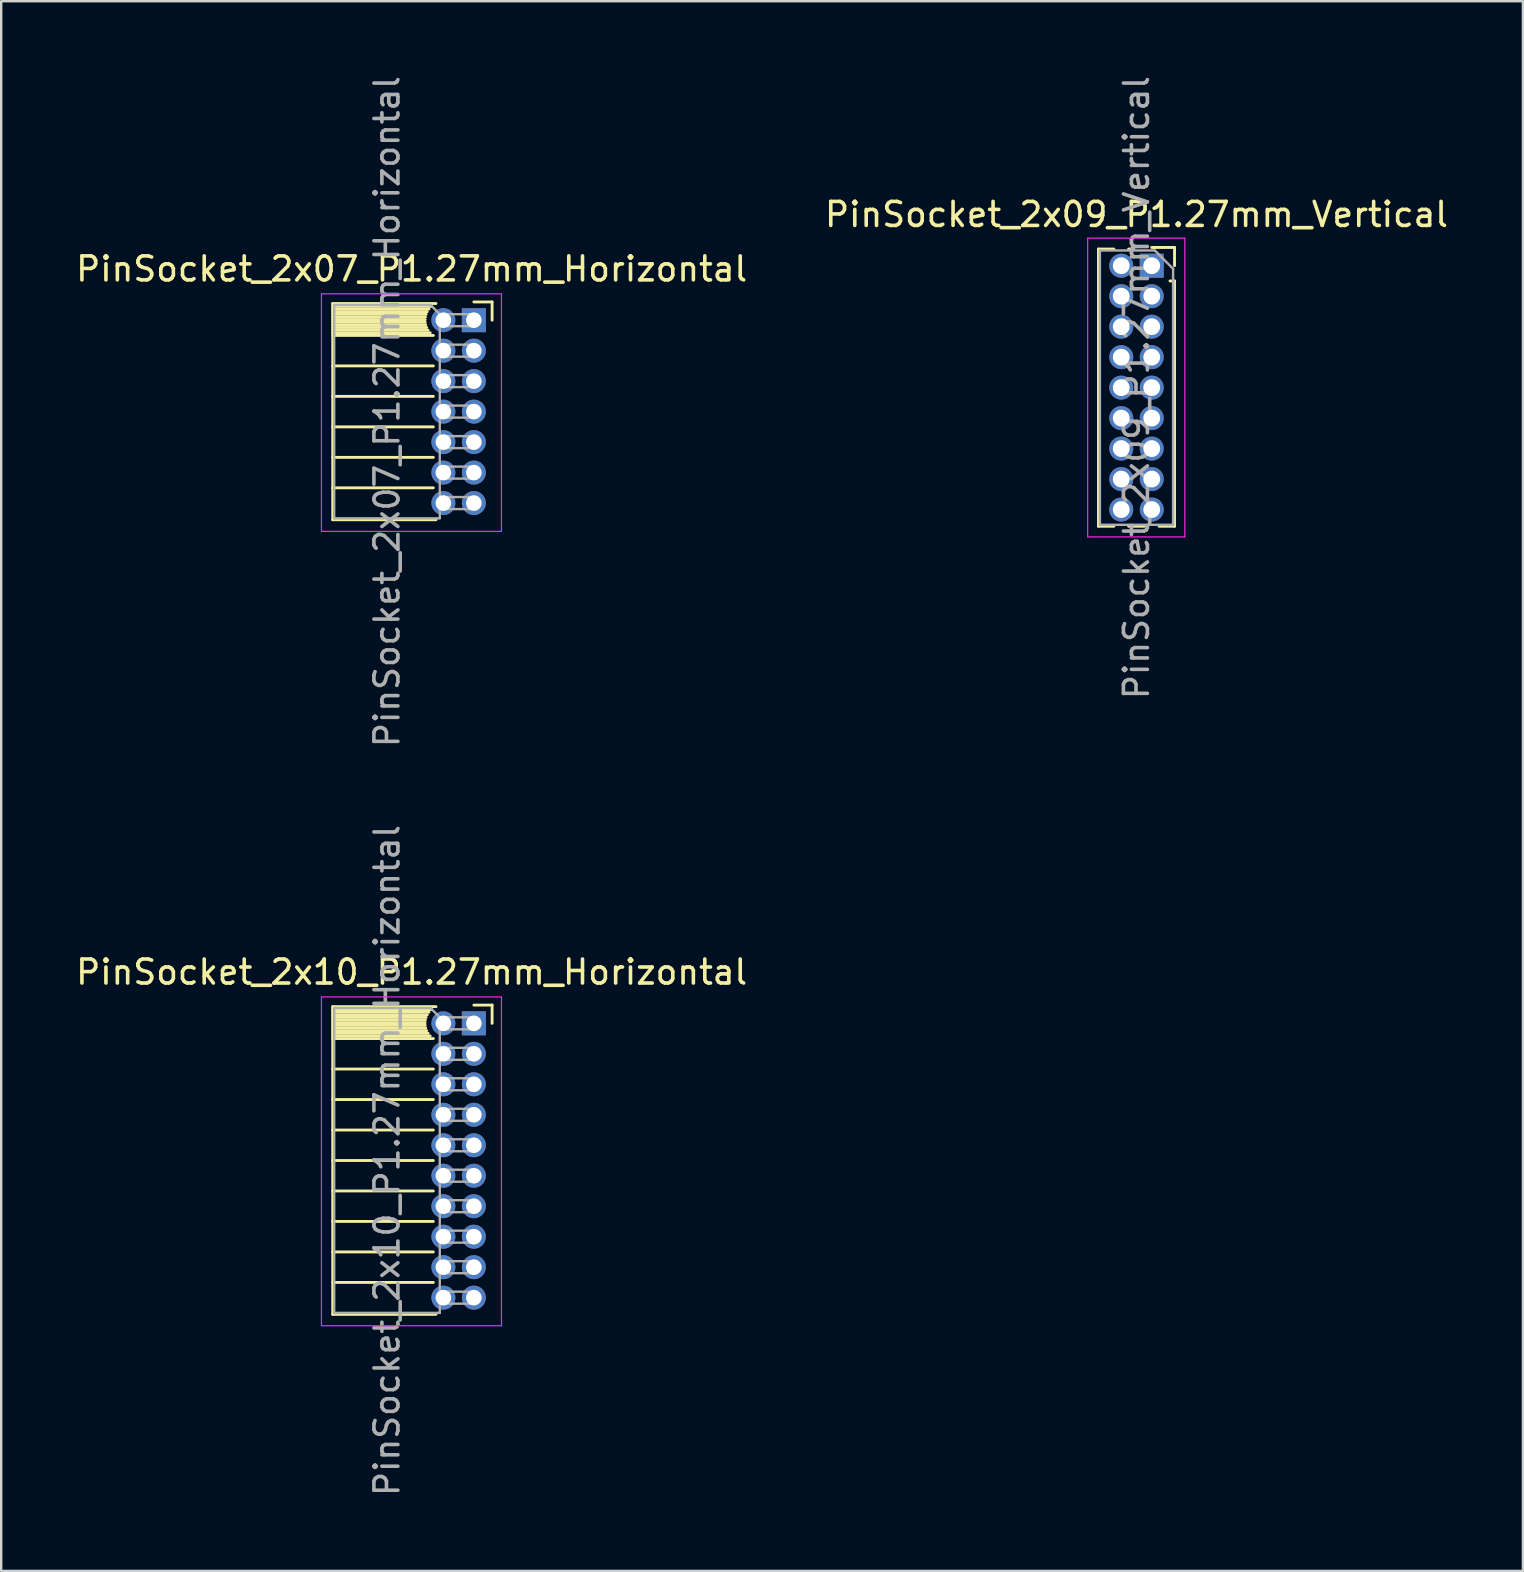
<source format=kicad_pcb>
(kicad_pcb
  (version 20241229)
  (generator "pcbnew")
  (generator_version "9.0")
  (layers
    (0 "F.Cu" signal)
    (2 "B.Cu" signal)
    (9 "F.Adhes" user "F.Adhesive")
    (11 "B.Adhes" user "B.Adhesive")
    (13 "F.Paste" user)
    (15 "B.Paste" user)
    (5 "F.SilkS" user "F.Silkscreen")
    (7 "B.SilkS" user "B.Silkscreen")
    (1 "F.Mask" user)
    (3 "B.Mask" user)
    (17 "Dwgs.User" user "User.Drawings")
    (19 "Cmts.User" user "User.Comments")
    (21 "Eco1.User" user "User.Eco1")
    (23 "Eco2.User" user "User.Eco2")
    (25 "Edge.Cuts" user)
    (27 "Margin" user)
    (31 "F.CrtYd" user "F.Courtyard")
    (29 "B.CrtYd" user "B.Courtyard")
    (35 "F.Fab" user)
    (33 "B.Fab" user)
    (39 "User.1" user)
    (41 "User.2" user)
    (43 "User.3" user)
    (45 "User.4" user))
  (footprint "PinSocket_2x09_P1.27mm_Vertical"
    (layer "F.Cu")
    (at 44.939 8.021)
    (property "Reference" "PinSocket_2x09_P1.27mm_Vertical" (at -0.635 -2.135 0) (layer "F.SilkS") (effects (font (size 1 1) (thickness 0.15))))
    (attr through_hole)
    (fp_line (start -2.22 -0.695) (end -2.22 10.855) (stroke (width 0.12) (type solid)) (layer "F.SilkS"))
    (fp_line (start -2.22 -0.695) (end -1.578 -0.695) (stroke (width 0.12) (type solid)) (layer "F.SilkS"))
    (fp_line (start -2.22 10.855) (end -1.578 10.855) (stroke (width 0.12) (type solid)) (layer "F.SilkS"))
    (fp_line (start -0.962 -0.695) (end -0.76 -0.695) (stroke (width 0.12) (type solid)) (layer "F.SilkS"))
    (fp_line (start -0.962 10.855) (end -0.308 10.855) (stroke (width 0.12) (type solid)) (layer "F.SilkS"))
    (fp_line (start 0 -0.76) (end 0.95 -0.76) (stroke (width 0.12) (type solid)) (layer "F.SilkS"))
    (fp_line (start 0.308 10.855) (end 0.95 10.855) (stroke (width 0.12) (type solid)) (layer "F.SilkS"))
    (fp_line (start 0.76 0.635) (end 0.95 0.635) (stroke (width 0.12) (type solid)) (layer "F.SilkS"))
    (fp_line (start 0.95 -0.76) (end 0.95 0) (stroke (width 0.12) (type solid)) (layer "F.SilkS"))
    (fp_line (start 0.95 0.635) (end 0.95 10.855) (stroke (width 0.12) (type solid)) (layer "F.SilkS"))
    (fp_line (start -2.67 -1.15) (end 1.38 -1.15) (stroke (width 0.05) (type solid)) (layer "F.CrtYd"))
    (fp_line (start -2.67 11.3) (end -2.67 -1.15) (stroke (width 0.05) (type solid)) (layer "F.CrtYd"))
    (fp_line (start 1.38 -1.15) (end 1.38 11.3) (stroke (width 0.05) (type solid)) (layer "F.CrtYd"))
    (fp_line (start 1.38 11.3) (end -2.67 11.3) (stroke (width 0.05) (type solid)) (layer "F.CrtYd"))
    (fp_line (start -2.16 -0.635) (end 0.128 -0.635) (stroke (width 0.1) (type solid)) (layer "F.Fab"))
    (fp_line (start -2.16 10.795) (end -2.16 -0.635) (stroke (width 0.1) (type solid)) (layer "F.Fab"))
    (fp_line (start 0.128 -0.635) (end 0.89 0.128) (stroke (width 0.1) (type solid)) (layer "F.Fab"))
    (fp_line (start 0.89 0.128) (end 0.89 10.795) (stroke (width 0.1) (type solid)) (layer "F.Fab"))
    (fp_line (start 0.89 10.795) (end -2.16 10.795) (stroke (width 0.1) (type solid)) (layer "F.Fab"))
    (fp_text user "${REFERENCE}" (at -0.635 5.08 90) (layer "F.Fab") (effects (font (size 1 1) (thickness 0.15))))
    (pad "1" thru_hole rect (at 0 0) (size 1 1) (drill 0.7) (layers "*.Cu" "*.Mask"))
    (pad "2" thru_hole oval (at -1.27 0) (size 1 1) (drill 0.7) (layers "*.Cu" "*.Mask"))
    (pad "3" thru_hole oval (at 0 1.27) (size 1 1) (drill 0.7) (layers "*.Cu" "*.Mask"))
    (pad "4" thru_hole oval (at -1.27 1.27) (size 1 1) (drill 0.7) (layers "*.Cu" "*.Mask"))
    (pad "5" thru_hole oval (at 0 2.54) (size 1 1) (drill 0.7) (layers "*.Cu" "*.Mask"))
    (pad "6" thru_hole oval (at -1.27 2.54) (size 1 1) (drill 0.7) (layers "*.Cu" "*.Mask"))
    (pad "7" thru_hole oval (at 0 3.81) (size 1 1) (drill 0.7) (layers "*.Cu" "*.Mask"))
    (pad "8" thru_hole oval (at -1.27 3.81) (size 1 1) (drill 0.7) (layers "*.Cu" "*.Mask"))
    (pad "9" thru_hole oval (at 0 5.08) (size 1 1) (drill 0.7) (layers "*.Cu" "*.Mask"))
    (pad "10" thru_hole oval (at -1.27 5.08) (size 1 1) (drill 0.7) (layers "*.Cu" "*.Mask"))
    (pad "11" thru_hole oval (at 0 6.35) (size 1 1) (drill 0.7) (layers "*.Cu" "*.Mask"))
    (pad "12" thru_hole oval (at -1.27 6.35) (size 1 1) (drill 0.7) (layers "*.Cu" "*.Mask"))
    (pad "13" thru_hole oval (at 0 7.62) (size 1 1) (drill 0.7) (layers "*.Cu" "*.Mask"))
    (pad "14" thru_hole oval (at -1.27 7.62) (size 1 1) (drill 0.7) (layers "*.Cu" "*.Mask"))
    (pad "15" thru_hole oval (at 0 8.89) (size 1 1) (drill 0.7) (layers "*.Cu" "*.Mask"))
    (pad "16" thru_hole oval (at -1.27 8.89) (size 1 1) (drill 0.7) (layers "*.Cu" "*.Mask"))
    (pad "17" thru_hole oval (at 0 10.16) (size 1 1) (drill 0.7) (layers "*.Cu" "*.Mask"))
    (pad "18" thru_hole oval (at -1.27 10.16) (size 1 1) (drill 0.7) (layers "*.Cu" "*.Mask")))
  (footprint "PinSocket_2x07_P1.27mm_Horizontal"
    (layer "F.Cu")
    (at 16.694 10.291)
    (property "Reference" "PinSocket_2x07_P1.27mm_Horizontal" (at -2.592 -2.135 0) (layer "F.SilkS") (effects (font (size 1 1) (thickness 0.15))))
    (attr through_hole)
    (fp_line (start -5.88 -0.695) (end -5.88 8.315) (stroke (width 0.12) (type solid)) (layer "F.SilkS"))
    (fp_line (start -5.88 -0.695) (end -1.578 -0.695) (stroke (width 0.12) (type solid)) (layer "F.SilkS"))
    (fp_line (start -5.88 -0.575) (end -1.767 -0.575) (stroke (width 0.12) (type solid)) (layer "F.SilkS"))
    (fp_line (start -5.88 -0.465) (end -1.871 -0.465) (stroke (width 0.12) (type solid)) (layer "F.SilkS"))
    (fp_line (start -5.88 -0.355) (end -1.942 -0.355) (stroke (width 0.12) (type solid)) (layer "F.SilkS"))
    (fp_line (start -5.88 -0.245) (end -1.989 -0.245) (stroke (width 0.12) (type solid)) (layer "F.SilkS"))
    (fp_line (start -5.88 -0.135) (end -2.018 -0.135) (stroke (width 0.12) (type solid)) (layer "F.SilkS"))
    (fp_line (start -5.88 -0.025) (end -2.03 -0.025) (stroke (width 0.12) (type solid)) (layer "F.SilkS"))
    (fp_line (start -5.88 0.085) (end -2.025 0.085) (stroke (width 0.12) (type solid)) (layer "F.SilkS"))
    (fp_line (start -5.88 0.195) (end -2.005 0.195) (stroke (width 0.12) (type solid)) (layer "F.SilkS"))
    (fp_line (start -5.88 0.305) (end -1.966 0.305) (stroke (width 0.12) (type solid)) (layer "F.SilkS"))
    (fp_line (start -5.88 0.415) (end -1.907 0.415) (stroke (width 0.12) (type solid)) (layer "F.SilkS"))
    (fp_line (start -5.88 0.525) (end -1.82 0.525) (stroke (width 0.12) (type solid)) (layer "F.SilkS"))
    (fp_line (start -5.88 0.635) (end -1.688 0.635) (stroke (width 0.12) (type solid)) (layer "F.SilkS"))
    (fp_line (start -5.88 1.905) (end -1.688 1.905) (stroke (width 0.12) (type solid)) (layer "F.SilkS"))
    (fp_line (start -5.88 3.175) (end -1.688 3.175) (stroke (width 0.12) (type solid)) (layer "F.SilkS"))
    (fp_line (start -5.88 4.445) (end -1.688 4.445) (stroke (width 0.12) (type solid)) (layer "F.SilkS"))
    (fp_line (start -5.88 5.715) (end -1.688 5.715) (stroke (width 0.12) (type solid)) (layer "F.SilkS"))
    (fp_line (start -5.88 6.985) (end -1.688 6.985) (stroke (width 0.12) (type solid)) (layer "F.SilkS"))
    (fp_line (start -5.88 8.315) (end -1.578 8.315) (stroke (width 0.12) (type solid)) (layer "F.SilkS"))
    (fp_line (start 0 -0.76) (end 0.76 -0.76) (stroke (width 0.12) (type solid)) (layer "F.SilkS"))
    (fp_line (start 0.76 -0.76) (end 0.76 0) (stroke (width 0.12) (type solid)) (layer "F.SilkS"))
    (fp_line (start -6.35 -1.1) (end -6.35 8.8) (stroke (width 0.05) (type solid)) (layer "F.CrtYd"))
    (fp_line (start -6.35 8.8) (end 1.15 8.8) (stroke (width 0.05) (type solid)) (layer "F.CrtYd"))
    (fp_line (start 1.15 -1.1) (end -6.35 -1.1) (stroke (width 0.05) (type solid)) (layer "F.CrtYd"))
    (fp_line (start 1.15 8.8) (end 1.15 -1.1) (stroke (width 0.05) (type solid)) (layer "F.CrtYd"))
    (fp_line (start -5.82 -0.635) (end -1.805 -0.635) (stroke (width 0.1) (type solid)) (layer "F.Fab"))
    (fp_line (start -5.82 8.255) (end -5.82 -0.635) (stroke (width 0.1) (type solid)) (layer "F.Fab"))
    (fp_line (start -1.805 -0.635) (end -1.42 -0.25) (stroke (width 0.1) (type solid)) (layer "F.Fab"))
    (fp_line (start -1.42 -0.25) (end -1.42 8.255) (stroke (width 0.1) (type solid)) (layer "F.Fab"))
    (fp_line (start -1.42 0.25) (end 0 0.25) (stroke (width 0.1) (type solid)) (layer "F.Fab"))
    (fp_line (start -1.42 1.52) (end 0 1.52) (stroke (width 0.1) (type solid)) (layer "F.Fab"))
    (fp_line (start -1.42 2.79) (end 0 2.79) (stroke (width 0.1) (type solid)) (layer "F.Fab"))
    (fp_line (start -1.42 4.06) (end 0 4.06) (stroke (width 0.1) (type solid)) (layer "F.Fab"))
    (fp_line (start -1.42 5.33) (end 0 5.33) (stroke (width 0.1) (type solid)) (layer "F.Fab"))
    (fp_line (start -1.42 6.6) (end 0 6.6) (stroke (width 0.1) (type solid)) (layer "F.Fab"))
    (fp_line (start -1.42 7.87) (end 0 7.87) (stroke (width 0.1) (type solid)) (layer "F.Fab"))
    (fp_line (start -1.42 8.255) (end -5.82 8.255) (stroke (width 0.1) (type solid)) (layer "F.Fab"))
    (fp_line (start 0 -0.25) (end -1.42 -0.25) (stroke (width 0.1) (type solid)) (layer "F.Fab"))
    (fp_line (start 0 0.25) (end 0 -0.25) (stroke (width 0.1) (type solid)) (layer "F.Fab"))
    (fp_line (start 0 1.02) (end -1.42 1.02) (stroke (width 0.1) (type solid)) (layer "F.Fab"))
    (fp_line (start 0 1.52) (end 0 1.02) (stroke (width 0.1) (type solid)) (layer "F.Fab"))
    (fp_line (start 0 2.29) (end -1.42 2.29) (stroke (width 0.1) (type solid)) (layer "F.Fab"))
    (fp_line (start 0 2.79) (end 0 2.29) (stroke (width 0.1) (type solid)) (layer "F.Fab"))
    (fp_line (start 0 3.56) (end -1.42 3.56) (stroke (width 0.1) (type solid)) (layer "F.Fab"))
    (fp_line (start 0 4.06) (end 0 3.56) (stroke (width 0.1) (type solid)) (layer "F.Fab"))
    (fp_line (start 0 4.83) (end -1.42 4.83) (stroke (width 0.1) (type solid)) (layer "F.Fab"))
    (fp_line (start 0 5.33) (end 0 4.83) (stroke (width 0.1) (type solid)) (layer "F.Fab"))
    (fp_line (start 0 6.1) (end -1.42 6.1) (stroke (width 0.1) (type solid)) (layer "F.Fab"))
    (fp_line (start 0 6.6) (end 0 6.1) (stroke (width 0.1) (type solid)) (layer "F.Fab"))
    (fp_line (start 0 7.37) (end -1.42 7.37) (stroke (width 0.1) (type solid)) (layer "F.Fab"))
    (fp_line (start 0 7.87) (end 0 7.37) (stroke (width 0.1) (type solid)) (layer "F.Fab"))
    (fp_text user "${REFERENCE}" (at -3.62 3.81 90) (layer "F.Fab") (effects (font (size 1 1) (thickness 0.15))))
    (pad "1" thru_hole rect (at 0 0) (size 1 1) (drill 0.65) (layers "*.Cu" "*.Mask"))
    (pad "2" thru_hole oval (at -1.27 0) (size 1 1) (drill 0.65) (layers "*.Cu" "*.Mask"))
    (pad "3" thru_hole oval (at 0 1.27) (size 1 1) (drill 0.65) (layers "*.Cu" "*.Mask"))
    (pad "4" thru_hole oval (at -1.27 1.27) (size 1 1) (drill 0.65) (layers "*.Cu" "*.Mask"))
    (pad "5" thru_hole oval (at 0 2.54) (size 1 1) (drill 0.65) (layers "*.Cu" "*.Mask"))
    (pad "6" thru_hole oval (at -1.27 2.54) (size 1 1) (drill 0.65) (layers "*.Cu" "*.Mask"))
    (pad "7" thru_hole oval (at 0 3.81) (size 1 1) (drill 0.65) (layers "*.Cu" "*.Mask"))
    (pad "8" thru_hole oval (at -1.27 3.81) (size 1 1) (drill 0.65) (layers "*.Cu" "*.Mask"))
    (pad "9" thru_hole oval (at 0 5.08) (size 1 1) (drill 0.65) (layers "*.Cu" "*.Mask"))
    (pad "10" thru_hole oval (at -1.27 5.08) (size 1 1) (drill 0.65) (layers "*.Cu" "*.Mask"))
    (pad "11" thru_hole oval (at 0 6.35) (size 1 1) (drill 0.65) (layers "*.Cu" "*.Mask"))
    (pad "12" thru_hole oval (at -1.27 6.35) (size 1 1) (drill 0.65) (layers "*.Cu" "*.Mask"))
    (pad "13" thru_hole oval (at 0 7.62) (size 1 1) (drill 0.65) (layers "*.Cu" "*.Mask"))
    (pad "14" thru_hole oval (at -1.27 7.62) (size 1 1) (drill 0.65) (layers "*.Cu" "*.Mask")))
  (footprint "PinSocket_2x10_P1.27mm_Horizontal"
    (layer "F.Cu")
    (at 16.694 39.589)
    (property "Reference" "PinSocket_2x10_P1.27mm_Horizontal" (at -2.592 -2.135 0) (layer "F.SilkS") (effects (font (size 1 1) (thickness 0.15))))
    (attr through_hole)
    (fp_line (start -5.88 -0.695) (end -5.88 12.125) (stroke (width 0.12) (type solid)) (layer "F.SilkS"))
    (fp_line (start -5.88 -0.695) (end -1.578 -0.695) (stroke (width 0.12) (type solid)) (layer "F.SilkS"))
    (fp_line (start -5.88 -0.575) (end -1.767 -0.575) (stroke (width 0.12) (type solid)) (layer "F.SilkS"))
    (fp_line (start -5.88 -0.465) (end -1.871 -0.465) (stroke (width 0.12) (type solid)) (layer "F.SilkS"))
    (fp_line (start -5.88 -0.355) (end -1.942 -0.355) (stroke (width 0.12) (type solid)) (layer "F.SilkS"))
    (fp_line (start -5.88 -0.245) (end -1.989 -0.245) (stroke (width 0.12) (type solid)) (layer "F.SilkS"))
    (fp_line (start -5.88 -0.135) (end -2.018 -0.135) (stroke (width 0.12) (type solid)) (layer "F.SilkS"))
    (fp_line (start -5.88 -0.025) (end -2.03 -0.025) (stroke (width 0.12) (type solid)) (layer "F.SilkS"))
    (fp_line (start -5.88 0.085) (end -2.025 0.085) (stroke (width 0.12) (type solid)) (layer "F.SilkS"))
    (fp_line (start -5.88 0.195) (end -2.005 0.195) (stroke (width 0.12) (type solid)) (layer "F.SilkS"))
    (fp_line (start -5.88 0.305) (end -1.966 0.305) (stroke (width 0.12) (type solid)) (layer "F.SilkS"))
    (fp_line (start -5.88 0.415) (end -1.907 0.415) (stroke (width 0.12) (type solid)) (layer "F.SilkS"))
    (fp_line (start -5.88 0.525) (end -1.82 0.525) (stroke (width 0.12) (type solid)) (layer "F.SilkS"))
    (fp_line (start -5.88 0.635) (end -1.688 0.635) (stroke (width 0.12) (type solid)) (layer "F.SilkS"))
    (fp_line (start -5.88 1.905) (end -1.688 1.905) (stroke (width 0.12) (type solid)) (layer "F.SilkS"))
    (fp_line (start -5.88 3.175) (end -1.688 3.175) (stroke (width 0.12) (type solid)) (layer "F.SilkS"))
    (fp_line (start -5.88 4.445) (end -1.688 4.445) (stroke (width 0.12) (type solid)) (layer "F.SilkS"))
    (fp_line (start -5.88 5.715) (end -1.688 5.715) (stroke (width 0.12) (type solid)) (layer "F.SilkS"))
    (fp_line (start -5.88 6.985) (end -1.688 6.985) (stroke (width 0.12) (type solid)) (layer "F.SilkS"))
    (fp_line (start -5.88 8.255) (end -1.688 8.255) (stroke (width 0.12) (type solid)) (layer "F.SilkS"))
    (fp_line (start -5.88 9.525) (end -1.688 9.525) (stroke (width 0.12) (type solid)) (layer "F.SilkS"))
    (fp_line (start -5.88 10.795) (end -1.688 10.795) (stroke (width 0.12) (type solid)) (layer "F.SilkS"))
    (fp_line (start -5.88 12.125) (end -1.578 12.125) (stroke (width 0.12) (type solid)) (layer "F.SilkS"))
    (fp_line (start 0 -0.76) (end 0.76 -0.76) (stroke (width 0.12) (type solid)) (layer "F.SilkS"))
    (fp_line (start 0.76 -0.76) (end 0.76 0) (stroke (width 0.12) (type solid)) (layer "F.SilkS"))
    (fp_line (start -6.35 -1.1) (end -6.35 12.6) (stroke (width 0.05) (type solid)) (layer "F.CrtYd"))
    (fp_line (start -6.35 12.6) (end 1.15 12.6) (stroke (width 0.05) (type solid)) (layer "F.CrtYd"))
    (fp_line (start 1.15 -1.1) (end -6.35 -1.1) (stroke (width 0.05) (type solid)) (layer "F.CrtYd"))
    (fp_line (start 1.15 12.6) (end 1.15 -1.1) (stroke (width 0.05) (type solid)) (layer "F.CrtYd"))
    (fp_line (start -5.82 -0.635) (end -1.805 -0.635) (stroke (width 0.1) (type solid)) (layer "F.Fab"))
    (fp_line (start -5.82 12.065) (end -5.82 -0.635) (stroke (width 0.1) (type solid)) (layer "F.Fab"))
    (fp_line (start -1.805 -0.635) (end -1.42 -0.25) (stroke (width 0.1) (type solid)) (layer "F.Fab"))
    (fp_line (start -1.42 -0.25) (end -1.42 12.065) (stroke (width 0.1) (type solid)) (layer "F.Fab"))
    (fp_line (start -1.42 0.25) (end 0 0.25) (stroke (width 0.1) (type solid)) (layer "F.Fab"))
    (fp_line (start -1.42 1.52) (end 0 1.52) (stroke (width 0.1) (type solid)) (layer "F.Fab"))
    (fp_line (start -1.42 2.79) (end 0 2.79) (stroke (width 0.1) (type solid)) (layer "F.Fab"))
    (fp_line (start -1.42 4.06) (end 0 4.06) (stroke (width 0.1) (type solid)) (layer "F.Fab"))
    (fp_line (start -1.42 5.33) (end 0 5.33) (stroke (width 0.1) (type solid)) (layer "F.Fab"))
    (fp_line (start -1.42 6.6) (end 0 6.6) (stroke (width 0.1) (type solid)) (layer "F.Fab"))
    (fp_line (start -1.42 7.87) (end 0 7.87) (stroke (width 0.1) (type solid)) (layer "F.Fab"))
    (fp_line (start -1.42 9.14) (end 0 9.14) (stroke (width 0.1) (type solid)) (layer "F.Fab"))
    (fp_line (start -1.42 10.41) (end 0 10.41) (stroke (width 0.1) (type solid)) (layer "F.Fab"))
    (fp_line (start -1.42 11.68) (end 0 11.68) (stroke (width 0.1) (type solid)) (layer "F.Fab"))
    (fp_line (start -1.42 12.065) (end -5.82 12.065) (stroke (width 0.1) (type solid)) (layer "F.Fab"))
    (fp_line (start 0 -0.25) (end -1.42 -0.25) (stroke (width 0.1) (type solid)) (layer "F.Fab"))
    (fp_line (start 0 0.25) (end 0 -0.25) (stroke (width 0.1) (type solid)) (layer "F.Fab"))
    (fp_line (start 0 1.02) (end -1.42 1.02) (stroke (width 0.1) (type solid)) (layer "F.Fab"))
    (fp_line (start 0 1.52) (end 0 1.02) (stroke (width 0.1) (type solid)) (layer "F.Fab"))
    (fp_line (start 0 2.29) (end -1.42 2.29) (stroke (width 0.1) (type solid)) (layer "F.Fab"))
    (fp_line (start 0 2.79) (end 0 2.29) (stroke (width 0.1) (type solid)) (layer "F.Fab"))
    (fp_line (start 0 3.56) (end -1.42 3.56) (stroke (width 0.1) (type solid)) (layer "F.Fab"))
    (fp_line (start 0 4.06) (end 0 3.56) (stroke (width 0.1) (type solid)) (layer "F.Fab"))
    (fp_line (start 0 4.83) (end -1.42 4.83) (stroke (width 0.1) (type solid)) (layer "F.Fab"))
    (fp_line (start 0 5.33) (end 0 4.83) (stroke (width 0.1) (type solid)) (layer "F.Fab"))
    (fp_line (start 0 6.1) (end -1.42 6.1) (stroke (width 0.1) (type solid)) (layer "F.Fab"))
    (fp_line (start 0 6.6) (end 0 6.1) (stroke (width 0.1) (type solid)) (layer "F.Fab"))
    (fp_line (start 0 7.37) (end -1.42 7.37) (stroke (width 0.1) (type solid)) (layer "F.Fab"))
    (fp_line (start 0 7.87) (end 0 7.37) (stroke (width 0.1) (type solid)) (layer "F.Fab"))
    (fp_line (start 0 8.64) (end -1.42 8.64) (stroke (width 0.1) (type solid)) (layer "F.Fab"))
    (fp_line (start 0 9.14) (end 0 8.64) (stroke (width 0.1) (type solid)) (layer "F.Fab"))
    (fp_line (start 0 9.91) (end -1.42 9.91) (stroke (width 0.1) (type solid)) (layer "F.Fab"))
    (fp_line (start 0 10.41) (end 0 9.91) (stroke (width 0.1) (type solid)) (layer "F.Fab"))
    (fp_line (start 0 11.18) (end -1.42 11.18) (stroke (width 0.1) (type solid)) (layer "F.Fab"))
    (fp_line (start 0 11.68) (end 0 11.18) (stroke (width 0.1) (type solid)) (layer "F.Fab"))
    (fp_text user "${REFERENCE}" (at -3.62 5.715 90) (layer "F.Fab") (effects (font (size 1 1) (thickness 0.15))))
    (pad "1" thru_hole rect (at 0 0) (size 1 1) (drill 0.65) (layers "*.Cu" "*.Mask"))
    (pad "2" thru_hole oval (at -1.27 0) (size 1 1) (drill 0.65) (layers "*.Cu" "*.Mask"))
    (pad "3" thru_hole oval (at 0 1.27) (size 1 1) (drill 0.65) (layers "*.Cu" "*.Mask"))
    (pad "4" thru_hole oval (at -1.27 1.27) (size 1 1) (drill 0.65) (layers "*.Cu" "*.Mask"))
    (pad "5" thru_hole oval (at 0 2.54) (size 1 1) (drill 0.65) (layers "*.Cu" "*.Mask"))
    (pad "6" thru_hole oval (at -1.27 2.54) (size 1 1) (drill 0.65) (layers "*.Cu" "*.Mask"))
    (pad "7" thru_hole oval (at 0 3.81) (size 1 1) (drill 0.65) (layers "*.Cu" "*.Mask"))
    (pad "8" thru_hole oval (at -1.27 3.81) (size 1 1) (drill 0.65) (layers "*.Cu" "*.Mask"))
    (pad "9" thru_hole oval (at 0 5.08) (size 1 1) (drill 0.65) (layers "*.Cu" "*.Mask"))
    (pad "10" thru_hole oval (at -1.27 5.08) (size 1 1) (drill 0.65) (layers "*.Cu" "*.Mask"))
    (pad "11" thru_hole oval (at 0 6.35) (size 1 1) (drill 0.65) (layers "*.Cu" "*.Mask"))
    (pad "12" thru_hole oval (at -1.27 6.35) (size 1 1) (drill 0.65) (layers "*.Cu" "*.Mask"))
    (pad "13" thru_hole oval (at 0 7.62) (size 1 1) (drill 0.65) (layers "*.Cu" "*.Mask"))
    (pad "14" thru_hole oval (at -1.27 7.62) (size 1 1) (drill 0.65) (layers "*.Cu" "*.Mask"))
    (pad "15" thru_hole oval (at 0 8.89) (size 1 1) (drill 0.65) (layers "*.Cu" "*.Mask"))
    (pad "16" thru_hole oval (at -1.27 8.89) (size 1 1) (drill 0.65) (layers "*.Cu" "*.Mask"))
    (pad "17" thru_hole oval (at 0 10.16) (size 1 1) (drill 0.65) (layers "*.Cu" "*.Mask"))
    (pad "18" thru_hole oval (at -1.27 10.16) (size 1 1) (drill 0.65) (layers "*.Cu" "*.Mask"))
    (pad "19" thru_hole oval (at 0 11.43) (size 1 1) (drill 0.65) (layers "*.Cu" "*.Mask"))
    (pad "20" thru_hole oval (at -1.27 11.43) (size 1 1) (drill 0.65) (layers "*.Cu" "*.Mask")))
  (gr_rect
    (start -3 -3)
    (end 60.405 62.405)
    (stroke (width 0.1) (type default))
    (fill no)
    (layer "Edge.Cuts")))
</source>
